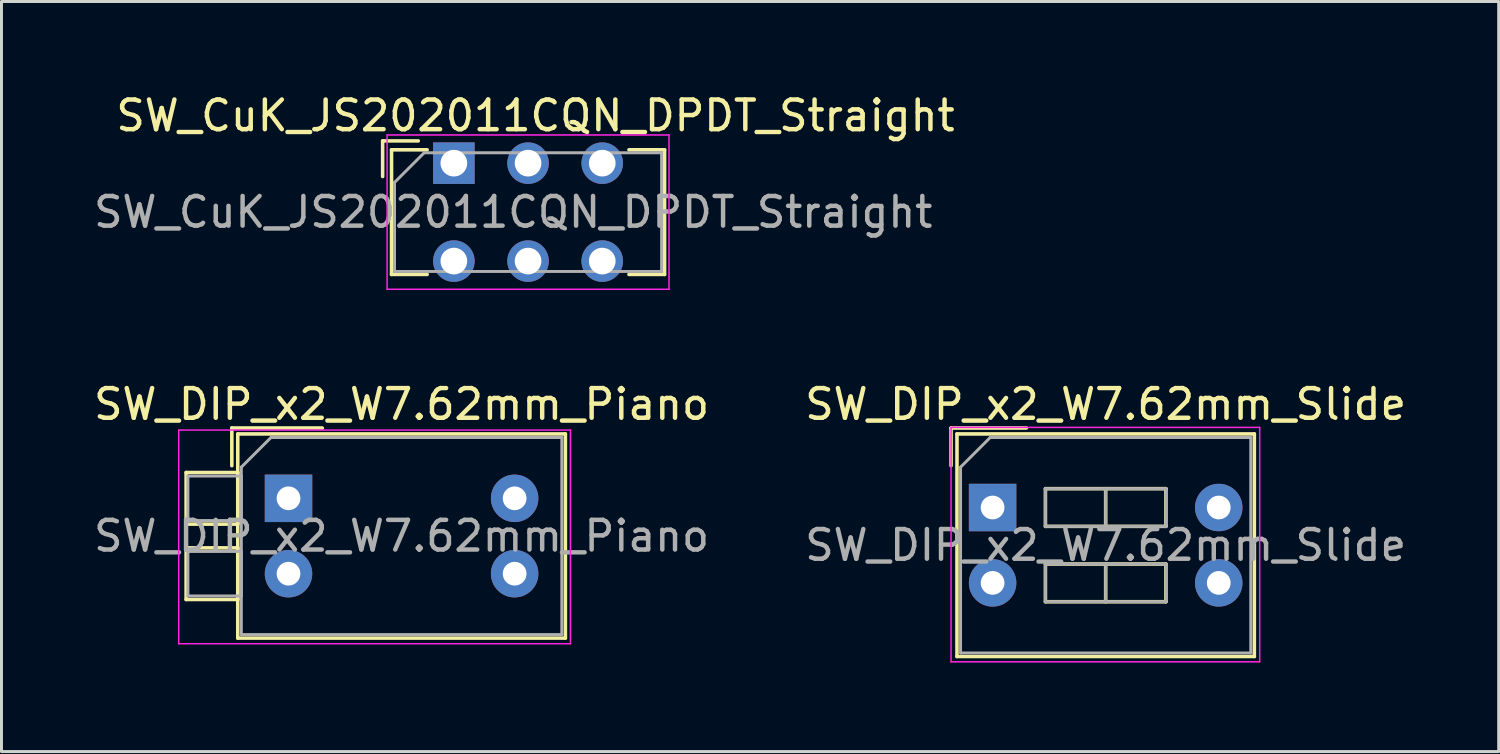
<source format=kicad_pcb>
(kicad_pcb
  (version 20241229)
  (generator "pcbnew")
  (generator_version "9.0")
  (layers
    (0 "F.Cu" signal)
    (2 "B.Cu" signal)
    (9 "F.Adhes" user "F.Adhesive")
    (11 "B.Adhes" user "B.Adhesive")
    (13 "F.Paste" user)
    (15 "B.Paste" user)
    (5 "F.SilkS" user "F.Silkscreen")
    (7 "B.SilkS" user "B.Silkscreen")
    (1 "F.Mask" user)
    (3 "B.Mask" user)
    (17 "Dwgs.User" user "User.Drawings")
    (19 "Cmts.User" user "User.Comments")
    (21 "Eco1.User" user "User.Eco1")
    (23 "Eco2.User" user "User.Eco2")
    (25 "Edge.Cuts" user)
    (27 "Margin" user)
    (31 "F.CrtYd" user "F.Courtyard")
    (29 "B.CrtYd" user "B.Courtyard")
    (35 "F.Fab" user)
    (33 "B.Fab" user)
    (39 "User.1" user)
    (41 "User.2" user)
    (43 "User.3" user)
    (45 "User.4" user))
  (footprint "SW_DIP_x2_W7.62mm_Piano"
    (layer "F.Cu")
    (at 6.672 13.742)
    (property "Reference" "SW_DIP_x2_W7.62mm_Piano" (at 3.81 -3.17 0) (layer "F.SilkS") (effects (font (size 1 1) (thickness 0.15))))
    (attr through_hole)
    (fp_line (start -3.45 -0.87) (end -3.45 0.87) (stroke (width 0.12) (type solid)) (layer "F.SilkS"))
    (fp_line (start -3.45 0.87) (end -1.71 0.87) (stroke (width 0.12) (type solid)) (layer "F.SilkS"))
    (fp_line (start -3.45 1.67) (end -3.45 3.41) (stroke (width 0.12) (type solid)) (layer "F.SilkS"))
    (fp_line (start -3.45 3.41) (end -1.71 3.41) (stroke (width 0.12) (type solid)) (layer "F.SilkS"))
    (fp_line (start -1.91 -2.37) (end -1.91 -1.1) (stroke (width 0.12) (type solid)) (layer "F.SilkS"))
    (fp_line (start -1.91 -2.37) (end 1.14 -2.37) (stroke (width 0.12) (type solid)) (layer "F.SilkS"))
    (fp_line (start -1.71 -2.17) (end 9.33 -2.17) (stroke (width 0.12) (type solid)) (layer "F.SilkS"))
    (fp_line (start -1.71 -0.87) (end -3.45 -0.87) (stroke (width 0.12) (type solid)) (layer "F.SilkS"))
    (fp_line (start -1.71 0.87) (end -1.71 -0.87) (stroke (width 0.12) (type solid)) (layer "F.SilkS"))
    (fp_line (start -1.71 1.67) (end -3.45 1.67) (stroke (width 0.12) (type solid)) (layer "F.SilkS"))
    (fp_line (start -1.71 3.41) (end -1.71 1.67) (stroke (width 0.12) (type solid)) (layer "F.SilkS"))
    (fp_line (start -1.71 4.71) (end -1.71 -2.17) (stroke (width 0.12) (type solid)) (layer "F.SilkS"))
    (fp_line (start 9.33 -2.17) (end 9.33 4.71) (stroke (width 0.12) (type solid)) (layer "F.SilkS"))
    (fp_line (start 9.33 4.71) (end -1.71 4.71) (stroke (width 0.12) (type solid)) (layer "F.SilkS"))
    (fp_line (start -3.7 -2.3) (end -3.7 4.9) (stroke (width 0.05) (type solid)) (layer "F.CrtYd"))
    (fp_line (start -3.7 4.9) (end 9.5 4.9) (stroke (width 0.05) (type solid)) (layer "F.CrtYd"))
    (fp_line (start 9.5 -2.3) (end -3.7 -2.3) (stroke (width 0.05) (type solid)) (layer "F.CrtYd"))
    (fp_line (start 9.5 4.9) (end 9.5 -2.3) (stroke (width 0.05) (type solid)) (layer "F.CrtYd"))
    (fp_line (start -3.39 -0.75) (end -1.59 -0.75) (stroke (width 0.1) (type solid)) (layer "F.Fab"))
    (fp_line (start -3.39 0.75) (end -3.39 -0.75) (stroke (width 0.1) (type solid)) (layer "F.Fab"))
    (fp_line (start -3.39 1.79) (end -1.59 1.79) (stroke (width 0.1) (type solid)) (layer "F.Fab"))
    (fp_line (start -3.39 3.29) (end -3.39 1.79) (stroke (width 0.1) (type solid)) (layer "F.Fab"))
    (fp_line (start -1.59 -1.05) (end -0.59 -2.05) (stroke (width 0.1) (type solid)) (layer "F.Fab"))
    (fp_line (start -1.59 -0.75) (end -1.59 0.75) (stroke (width 0.1) (type solid)) (layer "F.Fab"))
    (fp_line (start -1.59 0.75) (end -3.39 0.75) (stroke (width 0.1) (type solid)) (layer "F.Fab"))
    (fp_line (start -1.59 1.79) (end -1.59 3.29) (stroke (width 0.1) (type solid)) (layer "F.Fab"))
    (fp_line (start -1.59 3.29) (end -3.39 3.29) (stroke (width 0.1) (type solid)) (layer "F.Fab"))
    (fp_line (start -1.59 4.59) (end -1.59 -1.05) (stroke (width 0.1) (type solid)) (layer "F.Fab"))
    (fp_line (start -0.59 -2.05) (end 9.21 -2.05) (stroke (width 0.1) (type solid)) (layer "F.Fab"))
    (fp_line (start 9.21 -2.05) (end 9.21 4.59) (stroke (width 0.1) (type solid)) (layer "F.Fab"))
    (fp_line (start 9.21 4.59) (end -1.59 4.59) (stroke (width 0.1) (type solid)) (layer "F.Fab"))
    (fp_text user "${REFERENCE}" (at 3.81 1.27 0) (layer "F.Fab") (effects (font (size 1 1) (thickness 0.15))))
    (pad "1" thru_hole rect (at 0 0) (size 1.6 1.6) (drill 0.8) (layers "*.Cu" "*.Mask"))
    (pad "2" thru_hole oval (at 0 2.54) (size 1.6 1.6) (drill 0.8) (layers "*.Cu" "*.Mask"))
    (pad "3" thru_hole oval (at 7.62 2.54) (size 1.6 1.6) (drill 0.8) (layers "*.Cu" "*.Mask"))
    (pad "4" thru_hole oval (at 7.62 0) (size 1.6 1.6) (drill 0.8) (layers "*.Cu" "*.Mask")))
  (footprint "SW_DIP_x2_W7.62mm_Slide"
    (layer "F.Cu")
    (at 30.398 14.052)
    (property "Reference" "SW_DIP_x2_W7.62mm_Slide" (at 3.81 -3.48 0) (layer "F.SilkS") (effects (font (size 1 1) (thickness 0.15))))
    (attr through_hole)
    (fp_line (start -1.4 -2.68) (end -1.4 -1.41) (stroke (width 0.12) (type solid)) (layer "F.SilkS"))
    (fp_line (start -1.4 -2.68) (end 1.14 -2.68) (stroke (width 0.12) (type solid)) (layer "F.SilkS"))
    (fp_line (start -1.2 -2.48) (end 8.82 -2.48) (stroke (width 0.12) (type solid)) (layer "F.SilkS"))
    (fp_line (start -1.2 5.02) (end -1.2 -2.48) (stroke (width 0.12) (type solid)) (layer "F.SilkS"))
    (fp_line (start 1.78 -0.635) (end 1.78 0.635) (stroke (width 0.12) (type solid)) (layer "F.SilkS"))
    (fp_line (start 1.78 0.635) (end 5.84 0.635) (stroke (width 0.12) (type solid)) (layer "F.SilkS"))
    (fp_line (start 1.78 1.905) (end 1.78 3.175) (stroke (width 0.12) (type solid)) (layer "F.SilkS"))
    (fp_line (start 1.78 3.175) (end 5.84 3.175) (stroke (width 0.12) (type solid)) (layer "F.SilkS"))
    (fp_line (start 3.81 -0.635) (end 3.81 0.635) (stroke (width 0.12) (type solid)) (layer "F.SilkS"))
    (fp_line (start 3.81 1.905) (end 3.81 3.175) (stroke (width 0.12) (type solid)) (layer "F.SilkS"))
    (fp_line (start 5.84 -0.635) (end 1.78 -0.635) (stroke (width 0.12) (type solid)) (layer "F.SilkS"))
    (fp_line (start 5.84 0.635) (end 5.84 -0.635) (stroke (width 0.12) (type solid)) (layer "F.SilkS"))
    (fp_line (start 5.84 1.905) (end 1.78 1.905) (stroke (width 0.12) (type solid)) (layer "F.SilkS"))
    (fp_line (start 5.84 3.175) (end 5.84 1.905) (stroke (width 0.12) (type solid)) (layer "F.SilkS"))
    (fp_line (start 8.82 -2.48) (end 8.82 5.02) (stroke (width 0.12) (type solid)) (layer "F.SilkS"))
    (fp_line (start 8.82 5.02) (end -1.2 5.02) (stroke (width 0.12) (type solid)) (layer "F.SilkS"))
    (fp_line (start -1.4 -2.7) (end -1.4 5.2) (stroke (width 0.05) (type solid)) (layer "F.CrtYd"))
    (fp_line (start -1.4 5.2) (end 9 5.2) (stroke (width 0.05) (type solid)) (layer "F.CrtYd"))
    (fp_line (start 9 -2.7) (end -1.4 -2.7) (stroke (width 0.05) (type solid)) (layer "F.CrtYd"))
    (fp_line (start 9 5.2) (end 9 -2.7) (stroke (width 0.05) (type solid)) (layer "F.CrtYd"))
    (fp_line (start -1.08 -1.36) (end -0.08 -2.36) (stroke (width 0.1) (type solid)) (layer "F.Fab"))
    (fp_line (start -1.08 4.9) (end -1.08 -1.36) (stroke (width 0.1) (type solid)) (layer "F.Fab"))
    (fp_line (start -0.08 -2.36) (end 8.7 -2.36) (stroke (width 0.1) (type solid)) (layer "F.Fab"))
    (fp_line (start 1.78 -0.635) (end 1.78 0.635) (stroke (width 0.1) (type solid)) (layer "F.Fab"))
    (fp_line (start 1.78 0.635) (end 5.84 0.635) (stroke (width 0.1) (type solid)) (layer "F.Fab"))
    (fp_line (start 1.78 1.905) (end 1.78 3.175) (stroke (width 0.1) (type solid)) (layer "F.Fab"))
    (fp_line (start 1.78 3.175) (end 5.84 3.175) (stroke (width 0.1) (type solid)) (layer "F.Fab"))
    (fp_line (start 3.81 -0.635) (end 3.81 0.635) (stroke (width 0.1) (type solid)) (layer "F.Fab"))
    (fp_line (start 3.81 1.905) (end 3.81 3.175) (stroke (width 0.1) (type solid)) (layer "F.Fab"))
    (fp_line (start 5.84 -0.635) (end 1.78 -0.635) (stroke (width 0.1) (type solid)) (layer "F.Fab"))
    (fp_line (start 5.84 0.635) (end 5.84 -0.635) (stroke (width 0.1) (type solid)) (layer "F.Fab"))
    (fp_line (start 5.84 1.905) (end 1.78 1.905) (stroke (width 0.1) (type solid)) (layer "F.Fab"))
    (fp_line (start 5.84 3.175) (end 5.84 1.905) (stroke (width 0.1) (type solid)) (layer "F.Fab"))
    (fp_line (start 8.7 -2.36) (end 8.7 4.9) (stroke (width 0.1) (type solid)) (layer "F.Fab"))
    (fp_line (start 8.7 4.9) (end -1.08 4.9) (stroke (width 0.1) (type solid)) (layer "F.Fab"))
    (fp_text user "${REFERENCE}" (at 3.81 1.27 0) (layer "F.Fab") (effects (font (size 1 1) (thickness 0.15))))
    (pad "1" thru_hole rect (at 0 0) (size 1.6 1.6) (drill 0.8) (layers "*.Cu" "*.Mask"))
    (pad "2" thru_hole oval (at 0 2.54) (size 1.6 1.6) (drill 0.8) (layers "*.Cu" "*.Mask"))
    (pad "3" thru_hole oval (at 7.62 2.54) (size 1.6 1.6) (drill 0.8) (layers "*.Cu" "*.Mask"))
    (pad "4" thru_hole oval (at 7.62 0) (size 1.6 1.6) (drill 0.8) (layers "*.Cu" "*.Mask")))
  (footprint "SW_CuK_JS202011CQN_DPDT_Straight"
    (layer "F.Cu")
    (at 12.244 2.448)
    (property "Reference" "SW_CuK_JS202011CQN_DPDT_Straight" (at 2.75 -1.6 0) (layer "F.SilkS") (effects (font (size 1 1) (thickness 0.15))))
    (attr through_hole)
    (fp_line (start -2.4 -0.75) (end -2.4 0.45) (stroke (width 0.12) (type solid)) (layer "F.SilkS"))
    (fp_line (start -2.1 -0.45) (end -2.1 3.75) (stroke (width 0.12) (type solid)) (layer "F.SilkS"))
    (fp_line (start -2.1 3.75) (end -0.9 3.75) (stroke (width 0.12) (type solid)) (layer "F.SilkS"))
    (fp_line (start -1.2 -0.75) (end -2.4 -0.75) (stroke (width 0.12) (type solid)) (layer "F.SilkS"))
    (fp_line (start -0.9 -0.45) (end -2.1 -0.45) (stroke (width 0.12) (type solid)) (layer "F.SilkS"))
    (fp_line (start 5.9 -0.45) (end 7.1 -0.45) (stroke (width 0.12) (type solid)) (layer "F.SilkS"))
    (fp_line (start 7.1 -0.45) (end 7.1 3.75) (stroke (width 0.12) (type solid)) (layer "F.SilkS"))
    (fp_line (start 7.1 3.75) (end 5.9 3.75) (stroke (width 0.12) (type solid)) (layer "F.SilkS"))
    (fp_line (start -2.25 -0.95) (end 7.25 -0.95) (stroke (width 0.05) (type solid)) (layer "F.CrtYd"))
    (fp_line (start -2.25 4.25) (end -2.25 -0.95) (stroke (width 0.05) (type solid)) (layer "F.CrtYd"))
    (fp_line (start 7.25 -0.95) (end 7.25 4.25) (stroke (width 0.05) (type solid)) (layer "F.CrtYd"))
    (fp_line (start 7.25 4.25) (end -2.25 4.25) (stroke (width 0.05) (type solid)) (layer "F.CrtYd"))
    (fp_line (start -2 3.65) (end -2 0.65) (stroke (width 0.1) (type solid)) (layer "F.Fab"))
    (fp_line (start -1 -0.35) (end -2 0.65) (stroke (width 0.1) (type solid)) (layer "F.Fab"))
    (fp_line (start -1 -0.35) (end 7 -0.35) (stroke (width 0.1) (type solid)) (layer "F.Fab"))
    (fp_line (start 7 -0.35) (end 7 3.65) (stroke (width 0.1) (type solid)) (layer "F.Fab"))
    (fp_line (start 7 3.65) (end -2 3.65) (stroke (width 0.1) (type solid)) (layer "F.Fab"))
    (fp_text user "${REFERENCE}" (at 2 1.65 0) (layer "F.Fab") (effects (font (size 1 1) (thickness 0.15))))
    (pad "1" thru_hole rect (at 0 0) (size 1.4 1.4) (drill 0.9) (layers "*.Cu" "*.Mask"))
    (pad "2" thru_hole circle (at 2.5 0) (size 1.4 1.4) (drill 0.9) (layers "*.Cu" "*.Mask"))
    (pad "3" thru_hole circle (at 5 0) (size 1.4 1.4) (drill 0.9) (layers "*.Cu" "*.Mask"))
    (pad "4" thru_hole circle (at 0 3.3) (size 1.4 1.4) (drill 0.9) (layers "*.Cu" "*.Mask"))
    (pad "5" thru_hole circle (at 2.5 3.3) (size 1.4 1.4) (drill 0.9) (layers "*.Cu" "*.Mask"))
    (pad "6" thru_hole circle (at 5 3.3) (size 1.4 1.4) (drill 0.9) (layers "*.Cu" "*.Mask")))
  (gr_rect
    (start -3 -3)
    (end 47.452 22.276)
    (stroke (width 0.1) (type default))
    (fill no)
    (layer "Edge.Cuts")))
</source>
